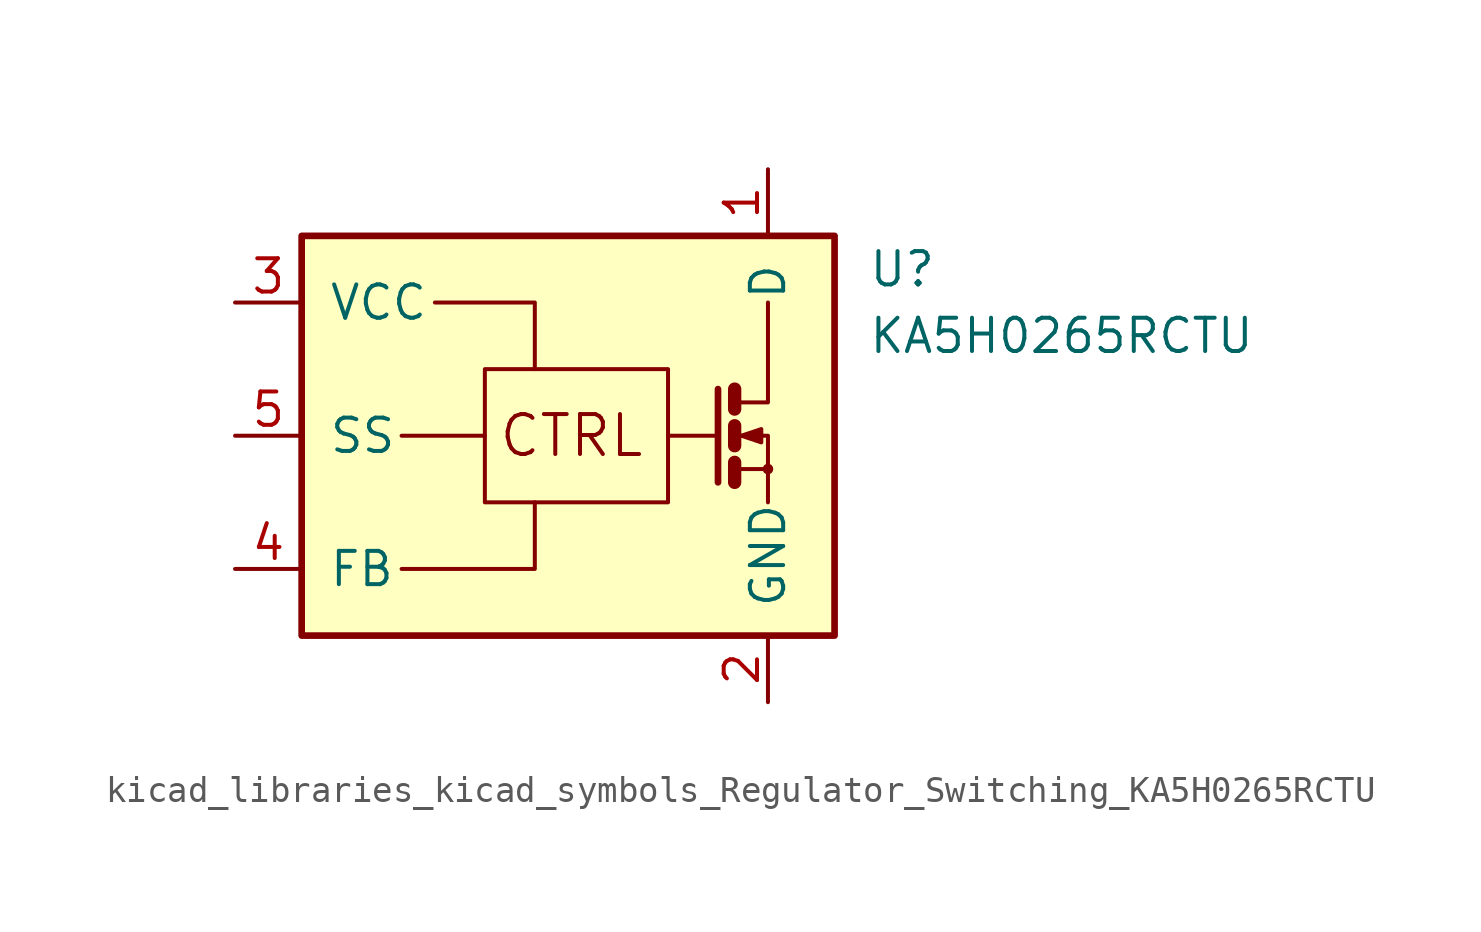
<source format=kicad_sym>
(kicad_symbol_lib
  (version 20220914)
  (generator kicad_symbol_editor)
  (symbol "kicad_libraries_kicad_symbols_Regulator_Switching_KA5H0265RCTU"
    (pin_names
      (offset 1.016))
    (property "Reference" "U"
      (at 11.43 6.35 0)
      (effects (font (size 1.27 1.27)) (justify left)))
    (property "Value" "KA5H0265RCTU"
      (at 11.43 3.81 0)
      (effects (font (size 1.27 1.27)) (justify left)))
    (symbol "kicad_libraries_kicad_symbols_Regulator_Switching_KA5H0265RCTU_0_0"
      (rectangle (start -10.16 7.62) (end 10.16 -7.62) (stroke (width 0.254) (type default)) (fill (type background)))
      (rectangle (start -3.175 2.54) (end 3.81 -2.54) (stroke (width 0) (type default)) (fill (type none)))
      (polyline (pts (xy -3.175 0) (xy -6.35 0)) (stroke (width 0) (type default)) (fill (type none)))
      (polyline (pts (xy 3.81 0) (xy 5.715 0)) (stroke (width 0) (type default)) (fill (type none)))
      (polyline (pts (xy 5.715 1.778) (xy 5.715 -1.778)) (stroke (width 0.254) (type default)) (fill (type none)))
      (polyline (pts (xy 6.35 -1.27) (xy 7.62 -1.27)) (stroke (width 0) (type default)) (fill (type none)))
      (polyline (pts (xy 6.35 -1.016) (xy 6.35 -1.778)) (stroke (width 0.508) (type default)) (fill (type none)))
      (polyline (pts (xy 6.35 0.381) (xy 6.35 -0.381)) (stroke (width 0.508) (type default)) (fill (type none)))
      (polyline (pts (xy 6.35 1.778) (xy 6.35 1.016)) (stroke (width 0.508) (type default)) (fill (type none)))
      (polyline (pts (xy -6.35 -5.08) (xy -1.27 -5.08) (xy -1.27 -2.54)) (stroke (width 0) (type default)) (fill (type none)))
      (polyline (pts (xy -1.27 2.54) (xy -1.27 5.08) (xy -5.08 5.08)) (stroke (width 0) (type default)) (fill (type none)))
      (polyline (pts (xy 6.35 1.27) (xy 7.62 1.27) (xy 7.62 5.08)) (stroke (width 0) (type default)) (fill (type none)))
      (polyline (pts (xy 6.604 0) (xy 7.366 0.254) (xy 7.366 -0.254) (xy 6.604 0)) (stroke (width 0) (type default)) (fill (type outline)))
      (polyline (pts (xy 7.62 -1.905) (xy 7.62 -2.54) (xy 7.62 0) (xy 6.35 0)) (stroke (width 0) (type default)) (fill (type none)))
      (circle (center 7.62 -1.27) (radius 0.127) (stroke (width 0) (type default)) (fill (type none)))
      (text "CTRL" (at 0.127 0 0) (effects (font (size 1.524 1.524)))))
    (symbol "kicad_libraries_kicad_symbols_Regulator_Switching_KA5H0265RCTU_1_1"
      (pin passive line (at 7.62 10.16 270) (length 2.54) (name "D" (effects (font (size 1.27 1.27)))) (number "1" (effects (font (size 1.27 1.27)))))
      (pin power_in line (at 7.62 -10.16 90) (length 2.54) (name "GND" (effects (font (size 1.27 1.27)))) (number "2" (effects (font (size 1.27 1.27)))))
      (pin power_in line (at -12.7 5.08 0) (length 2.54) (name "VCC" (effects (font (size 1.27 1.27)))) (number "3" (effects (font (size 1.27 1.27)))))
      (pin passive line (at -12.7 -5.08 0) (length 2.54) (name "FB" (effects (font (size 1.27 1.27)))) (number "4" (effects (font (size 1.27 1.27)))))
      (pin passive line (at -12.7 0 0) (length 2.54) (name "SS" (effects (font (size 1.27 1.27)))) (number "5" (effects (font (size 1.27 1.27))))))))
</source>
